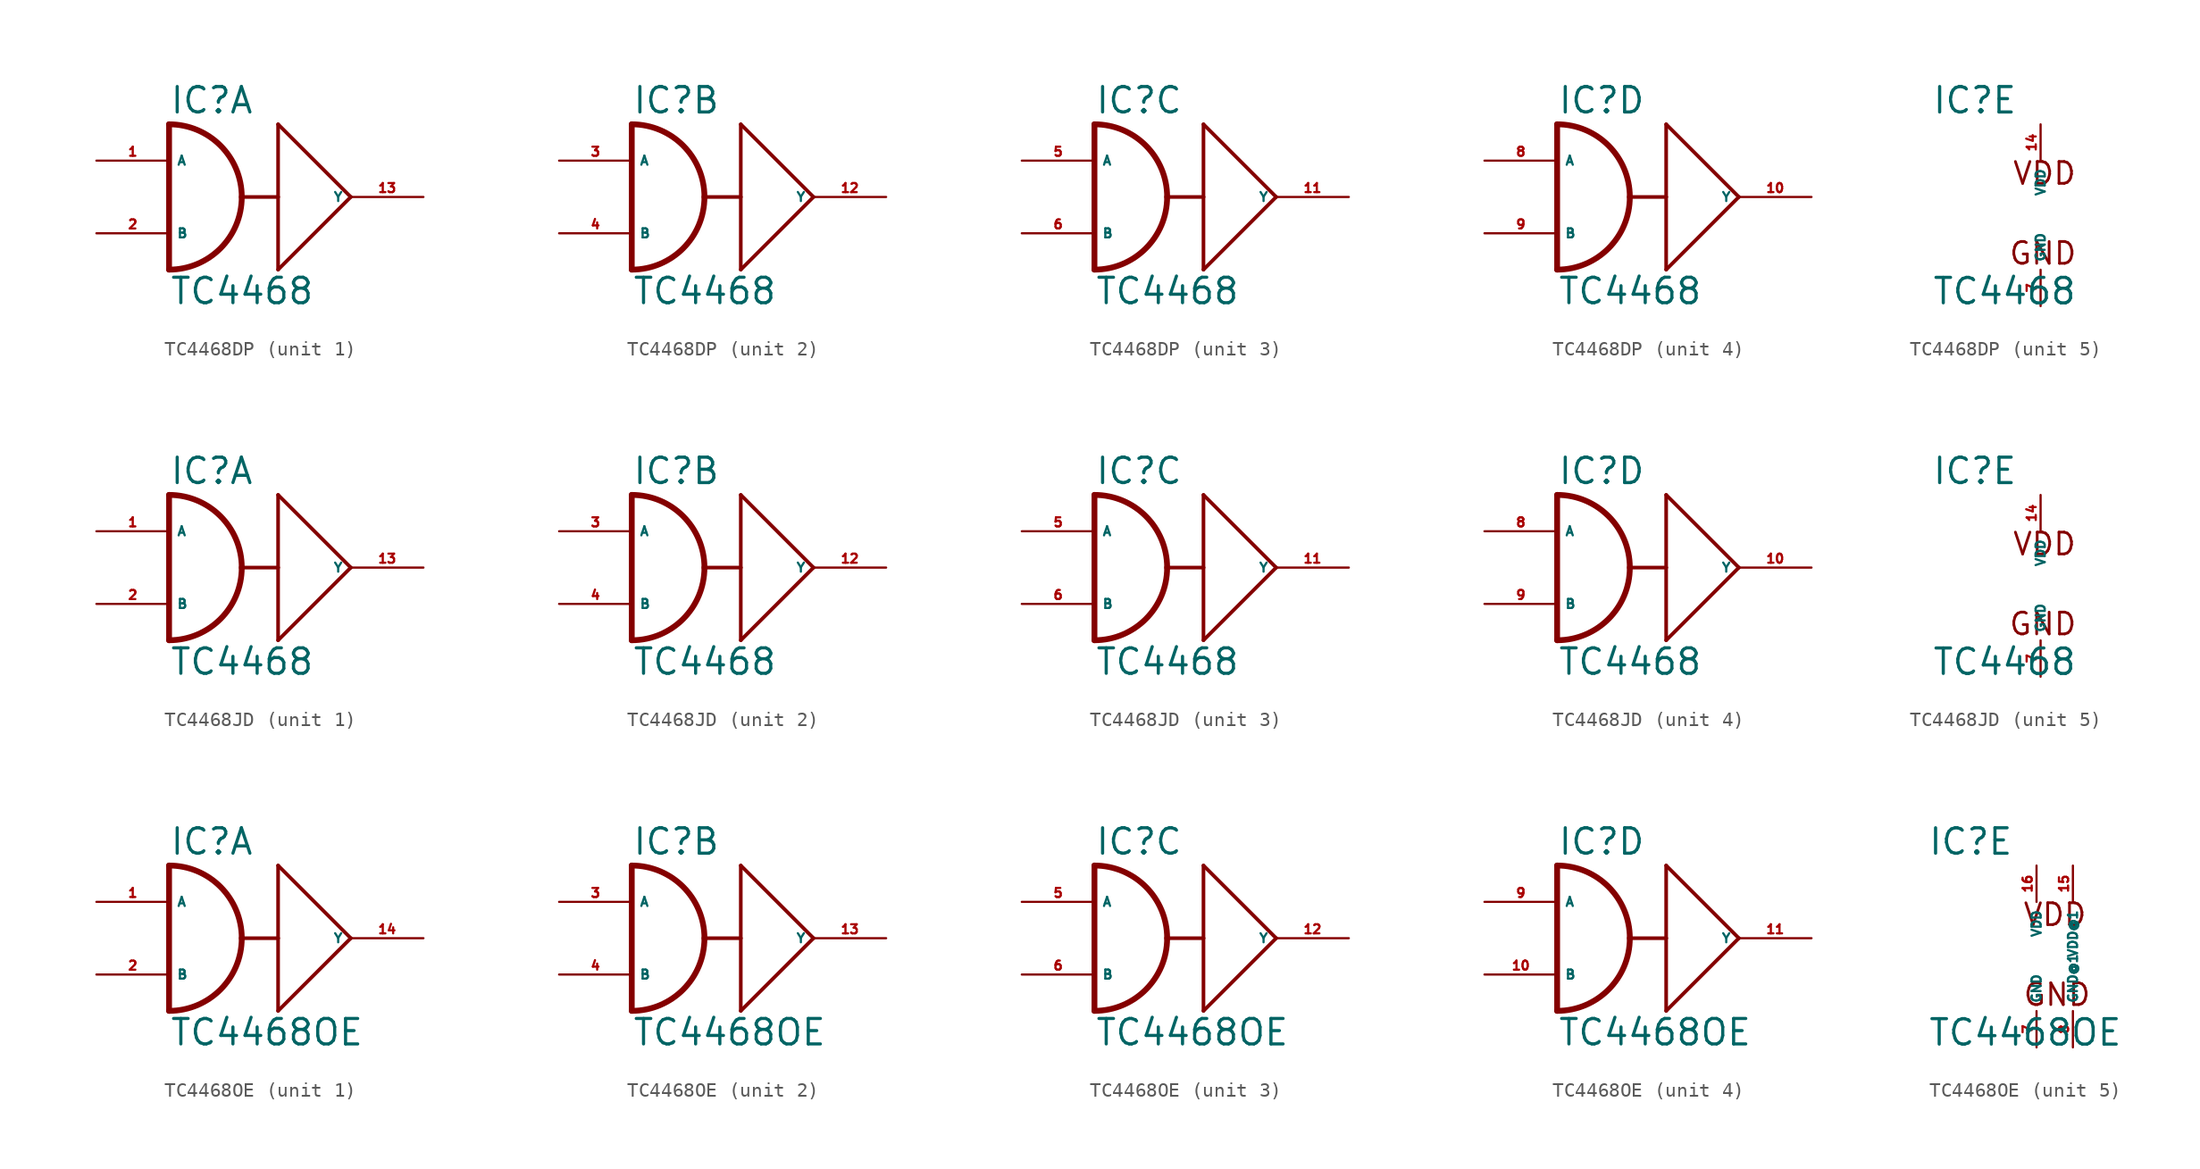
<source format=kicad_sym>
(kicad_symbol_lib
  (version 20220914)
  (generator Eagle2Kicad)
  (symbol "TC4468DP"
    (property "Reference" "IC"
      (at -7.62 5.715 0)
      (effects (font (size 1.778 1.778) (thickness 0.22)) (justify left bottom)))
    (property "Value" "TC4468"
      (at -7.62 -7.62 0)
      (effects (font (size 1.778 1.778) (thickness 0.22)) (justify left bottom)))
    (symbol "TC4468DP_1_0"
      (arc (start -2.54 0) (mid -4.028 3.592) (end -7.62 5.08) (stroke (width 0.4064) (type default)) (fill (type none)))
      (arc (start -7.62 -5.08) (mid -4.028 -3.592) (end -2.54 0) (stroke (width 0.4064) (type default)) (fill (type none)))
      (polyline (pts (xy -7.62 5.08) (xy -7.62 -5.08)) (stroke (width 0.406) (type default)) (fill (type none)))
      (polyline (pts (xy 5.08 0) (xy 0 5.08)) (stroke (width 0.254) (type default)) (fill (type none)))
      (polyline (pts (xy 0 5.08) (xy 0 0)) (stroke (width 0.254) (type default)) (fill (type none)))
      (polyline (pts (xy 0 0) (xy 0 -5.08)) (stroke (width 0.254) (type default)) (fill (type none)))
      (polyline (pts (xy 0 -5.08) (xy 5.08 0)) (stroke (width 0.254) (type default)) (fill (type none)))
      (polyline (pts (xy -2.54 0) (xy 0 0)) (stroke (width 0.254) (type default)) (fill (type none)))
      (pin input line (at -12.7 2.54 0) (length 5.08) (name "A" (effects (font (size 0.635 0.635) (thickness 0.08)) (justify left bottom))) (number "1" (effects (font (size 0.635 0.635) (thickness 0.08)) (justify left bottom))))
      (pin input line (at -12.7 -2.54 0) (length 5.08) (name "B" (effects (font (size 0.635 0.635) (thickness 0.08)) (justify left bottom))) (number "2" (effects (font (size 0.635 0.635) (thickness 0.08)) (justify left bottom))))
      (pin output line (at 10.16 0 180) (length 5.08) (name "Y" (effects (font (size 0.635 0.635) (thickness 0.08)) (justify left bottom))) (number "13" (effects (font (size 0.635 0.635) (thickness 0.08)) (justify left bottom)))))
    (symbol "TC4468DP_2_0"
      (arc (start -2.54 0) (mid -4.028 3.592) (end -7.62 5.08) (stroke (width 0.4064) (type default)) (fill (type none)))
      (arc (start -7.62 -5.08) (mid -4.028 -3.592) (end -2.54 0) (stroke (width 0.4064) (type default)) (fill (type none)))
      (polyline (pts (xy -7.62 5.08) (xy -7.62 -5.08)) (stroke (width 0.406) (type default)) (fill (type none)))
      (polyline (pts (xy 5.08 0) (xy 0 5.08)) (stroke (width 0.254) (type default)) (fill (type none)))
      (polyline (pts (xy 0 5.08) (xy 0 0)) (stroke (width 0.254) (type default)) (fill (type none)))
      (polyline (pts (xy 0 0) (xy 0 -5.08)) (stroke (width 0.254) (type default)) (fill (type none)))
      (polyline (pts (xy 0 -5.08) (xy 5.08 0)) (stroke (width 0.254) (type default)) (fill (type none)))
      (polyline (pts (xy -2.54 0) (xy 0 0)) (stroke (width 0.254) (type default)) (fill (type none)))
      (pin input line (at -12.7 2.54 0) (length 5.08) (name "A" (effects (font (size 0.635 0.635) (thickness 0.08)) (justify left bottom))) (number "3" (effects (font (size 0.635 0.635) (thickness 0.08)) (justify left bottom))))
      (pin input line (at -12.7 -2.54 0) (length 5.08) (name "B" (effects (font (size 0.635 0.635) (thickness 0.08)) (justify left bottom))) (number "4" (effects (font (size 0.635 0.635) (thickness 0.08)) (justify left bottom))))
      (pin output line (at 10.16 0 180) (length 5.08) (name "Y" (effects (font (size 0.635 0.635) (thickness 0.08)) (justify left bottom))) (number "12" (effects (font (size 0.635 0.635) (thickness 0.08)) (justify left bottom)))))
    (symbol "TC4468DP_3_0"
      (arc (start -2.54 0) (mid -4.028 3.592) (end -7.62 5.08) (stroke (width 0.4064) (type default)) (fill (type none)))
      (arc (start -7.62 -5.08) (mid -4.028 -3.592) (end -2.54 0) (stroke (width 0.4064) (type default)) (fill (type none)))
      (polyline (pts (xy -7.62 5.08) (xy -7.62 -5.08)) (stroke (width 0.406) (type default)) (fill (type none)))
      (polyline (pts (xy 5.08 0) (xy 0 5.08)) (stroke (width 0.254) (type default)) (fill (type none)))
      (polyline (pts (xy 0 5.08) (xy 0 0)) (stroke (width 0.254) (type default)) (fill (type none)))
      (polyline (pts (xy 0 0) (xy 0 -5.08)) (stroke (width 0.254) (type default)) (fill (type none)))
      (polyline (pts (xy 0 -5.08) (xy 5.08 0)) (stroke (width 0.254) (type default)) (fill (type none)))
      (polyline (pts (xy -2.54 0) (xy 0 0)) (stroke (width 0.254) (type default)) (fill (type none)))
      (pin input line (at -12.7 2.54 0) (length 5.08) (name "A" (effects (font (size 0.635 0.635) (thickness 0.08)) (justify left bottom))) (number "5" (effects (font (size 0.635 0.635) (thickness 0.08)) (justify left bottom))))
      (pin input line (at -12.7 -2.54 0) (length 5.08) (name "B" (effects (font (size 0.635 0.635) (thickness 0.08)) (justify left bottom))) (number "6" (effects (font (size 0.635 0.635) (thickness 0.08)) (justify left bottom))))
      (pin output line (at 10.16 0 180) (length 5.08) (name "Y" (effects (font (size 0.635 0.635) (thickness 0.08)) (justify left bottom))) (number "11" (effects (font (size 0.635 0.635) (thickness 0.08)) (justify left bottom)))))
    (symbol "TC4468DP_4_0"
      (arc (start -2.54 0) (mid -4.028 3.592) (end -7.62 5.08) (stroke (width 0.4064) (type default)) (fill (type none)))
      (arc (start -7.62 -5.08) (mid -4.028 -3.592) (end -2.54 0) (stroke (width 0.4064) (type default)) (fill (type none)))
      (polyline (pts (xy -7.62 5.08) (xy -7.62 -5.08)) (stroke (width 0.406) (type default)) (fill (type none)))
      (polyline (pts (xy 5.08 0) (xy 0 5.08)) (stroke (width 0.254) (type default)) (fill (type none)))
      (polyline (pts (xy 0 5.08) (xy 0 0)) (stroke (width 0.254) (type default)) (fill (type none)))
      (polyline (pts (xy 0 0) (xy 0 -5.08)) (stroke (width 0.254) (type default)) (fill (type none)))
      (polyline (pts (xy 0 -5.08) (xy 5.08 0)) (stroke (width 0.254) (type default)) (fill (type none)))
      (polyline (pts (xy -2.54 0) (xy 0 0)) (stroke (width 0.254) (type default)) (fill (type none)))
      (pin input line (at -12.7 2.54 0) (length 5.08) (name "A" (effects (font (size 0.635 0.635) (thickness 0.08)) (justify left bottom))) (number "8" (effects (font (size 0.635 0.635) (thickness 0.08)) (justify left bottom))))
      (pin input line (at -12.7 -2.54 0) (length 5.08) (name "B" (effects (font (size 0.635 0.635) (thickness 0.08)) (justify left bottom))) (number "9" (effects (font (size 0.635 0.635) (thickness 0.08)) (justify left bottom))))
      (pin output line (at 10.16 0 180) (length 5.08) (name "Y" (effects (font (size 0.635 0.635) (thickness 0.08)) (justify left bottom))) (number "10" (effects (font (size 0.635 0.635) (thickness 0.08)) (justify left bottom)))))
    (symbol "TC4468DP_5_0"
      (text "VDD" (at -2.032 0.762 0) (effects (font (size 1.524 1.524) (thickness 0.19)) (justify left bottom)))
      (text "GND" (at -2.286 -4.826 0) (effects (font (size 1.524 1.524) (thickness 0.19)) (justify left bottom)))
      (pin unspecified line (at 0 5.08 270) (length 2.54) (name "VDD" (effects (font (size 0.635 0.635) (thickness 0.08)) (justify left bottom))) (number "14" (effects (font (size 0.635 0.635) (thickness 0.08)) (justify left bottom))))
      (pin unspecified line (at 0 -7.62 90) (length 2.54) (name "GND" (effects (font (size 0.635 0.635) (thickness 0.08)) (justify left bottom))) (number "7" (effects (font (size 0.635 0.635) (thickness 0.08)) (justify left bottom))))))
  (symbol "TC4468JD"
    (property "Reference" "IC"
      (at -7.62 5.715 0)
      (effects (font (size 1.778 1.778) (thickness 0.22)) (justify left bottom)))
    (property "Value" "TC4468"
      (at -7.62 -7.62 0)
      (effects (font (size 1.778 1.778) (thickness 0.22)) (justify left bottom)))
    (symbol "TC4468JD_1_0"
      (arc (start -2.54 0) (mid -4.028 3.592) (end -7.62 5.08) (stroke (width 0.4064) (type default)) (fill (type none)))
      (arc (start -7.62 -5.08) (mid -4.028 -3.592) (end -2.54 0) (stroke (width 0.4064) (type default)) (fill (type none)))
      (polyline (pts (xy -7.62 5.08) (xy -7.62 -5.08)) (stroke (width 0.406) (type default)) (fill (type none)))
      (polyline (pts (xy 5.08 0) (xy 0 5.08)) (stroke (width 0.254) (type default)) (fill (type none)))
      (polyline (pts (xy 0 5.08) (xy 0 0)) (stroke (width 0.254) (type default)) (fill (type none)))
      (polyline (pts (xy 0 0) (xy 0 -5.08)) (stroke (width 0.254) (type default)) (fill (type none)))
      (polyline (pts (xy 0 -5.08) (xy 5.08 0)) (stroke (width 0.254) (type default)) (fill (type none)))
      (polyline (pts (xy -2.54 0) (xy 0 0)) (stroke (width 0.254) (type default)) (fill (type none)))
      (pin input line (at -12.7 2.54 0) (length 5.08) (name "A" (effects (font (size 0.635 0.635) (thickness 0.08)) (justify left bottom))) (number "1" (effects (font (size 0.635 0.635) (thickness 0.08)) (justify left bottom))))
      (pin input line (at -12.7 -2.54 0) (length 5.08) (name "B" (effects (font (size 0.635 0.635) (thickness 0.08)) (justify left bottom))) (number "2" (effects (font (size 0.635 0.635) (thickness 0.08)) (justify left bottom))))
      (pin output line (at 10.16 0 180) (length 5.08) (name "Y" (effects (font (size 0.635 0.635) (thickness 0.08)) (justify left bottom))) (number "13" (effects (font (size 0.635 0.635) (thickness 0.08)) (justify left bottom)))))
    (symbol "TC4468JD_2_0"
      (arc (start -2.54 0) (mid -4.028 3.592) (end -7.62 5.08) (stroke (width 0.4064) (type default)) (fill (type none)))
      (arc (start -7.62 -5.08) (mid -4.028 -3.592) (end -2.54 0) (stroke (width 0.4064) (type default)) (fill (type none)))
      (polyline (pts (xy -7.62 5.08) (xy -7.62 -5.08)) (stroke (width 0.406) (type default)) (fill (type none)))
      (polyline (pts (xy 5.08 0) (xy 0 5.08)) (stroke (width 0.254) (type default)) (fill (type none)))
      (polyline (pts (xy 0 5.08) (xy 0 0)) (stroke (width 0.254) (type default)) (fill (type none)))
      (polyline (pts (xy 0 0) (xy 0 -5.08)) (stroke (width 0.254) (type default)) (fill (type none)))
      (polyline (pts (xy 0 -5.08) (xy 5.08 0)) (stroke (width 0.254) (type default)) (fill (type none)))
      (polyline (pts (xy -2.54 0) (xy 0 0)) (stroke (width 0.254) (type default)) (fill (type none)))
      (pin input line (at -12.7 2.54 0) (length 5.08) (name "A" (effects (font (size 0.635 0.635) (thickness 0.08)) (justify left bottom))) (number "3" (effects (font (size 0.635 0.635) (thickness 0.08)) (justify left bottom))))
      (pin input line (at -12.7 -2.54 0) (length 5.08) (name "B" (effects (font (size 0.635 0.635) (thickness 0.08)) (justify left bottom))) (number "4" (effects (font (size 0.635 0.635) (thickness 0.08)) (justify left bottom))))
      (pin output line (at 10.16 0 180) (length 5.08) (name "Y" (effects (font (size 0.635 0.635) (thickness 0.08)) (justify left bottom))) (number "12" (effects (font (size 0.635 0.635) (thickness 0.08)) (justify left bottom)))))
    (symbol "TC4468JD_3_0"
      (arc (start -2.54 0) (mid -4.028 3.592) (end -7.62 5.08) (stroke (width 0.4064) (type default)) (fill (type none)))
      (arc (start -7.62 -5.08) (mid -4.028 -3.592) (end -2.54 0) (stroke (width 0.4064) (type default)) (fill (type none)))
      (polyline (pts (xy -7.62 5.08) (xy -7.62 -5.08)) (stroke (width 0.406) (type default)) (fill (type none)))
      (polyline (pts (xy 5.08 0) (xy 0 5.08)) (stroke (width 0.254) (type default)) (fill (type none)))
      (polyline (pts (xy 0 5.08) (xy 0 0)) (stroke (width 0.254) (type default)) (fill (type none)))
      (polyline (pts (xy 0 0) (xy 0 -5.08)) (stroke (width 0.254) (type default)) (fill (type none)))
      (polyline (pts (xy 0 -5.08) (xy 5.08 0)) (stroke (width 0.254) (type default)) (fill (type none)))
      (polyline (pts (xy -2.54 0) (xy 0 0)) (stroke (width 0.254) (type default)) (fill (type none)))
      (pin input line (at -12.7 2.54 0) (length 5.08) (name "A" (effects (font (size 0.635 0.635) (thickness 0.08)) (justify left bottom))) (number "5" (effects (font (size 0.635 0.635) (thickness 0.08)) (justify left bottom))))
      (pin input line (at -12.7 -2.54 0) (length 5.08) (name "B" (effects (font (size 0.635 0.635) (thickness 0.08)) (justify left bottom))) (number "6" (effects (font (size 0.635 0.635) (thickness 0.08)) (justify left bottom))))
      (pin output line (at 10.16 0 180) (length 5.08) (name "Y" (effects (font (size 0.635 0.635) (thickness 0.08)) (justify left bottom))) (number "11" (effects (font (size 0.635 0.635) (thickness 0.08)) (justify left bottom)))))
    (symbol "TC4468JD_4_0"
      (arc (start -2.54 0) (mid -4.028 3.592) (end -7.62 5.08) (stroke (width 0.4064) (type default)) (fill (type none)))
      (arc (start -7.62 -5.08) (mid -4.028 -3.592) (end -2.54 0) (stroke (width 0.4064) (type default)) (fill (type none)))
      (polyline (pts (xy -7.62 5.08) (xy -7.62 -5.08)) (stroke (width 0.406) (type default)) (fill (type none)))
      (polyline (pts (xy 5.08 0) (xy 0 5.08)) (stroke (width 0.254) (type default)) (fill (type none)))
      (polyline (pts (xy 0 5.08) (xy 0 0)) (stroke (width 0.254) (type default)) (fill (type none)))
      (polyline (pts (xy 0 0) (xy 0 -5.08)) (stroke (width 0.254) (type default)) (fill (type none)))
      (polyline (pts (xy 0 -5.08) (xy 5.08 0)) (stroke (width 0.254) (type default)) (fill (type none)))
      (polyline (pts (xy -2.54 0) (xy 0 0)) (stroke (width 0.254) (type default)) (fill (type none)))
      (pin input line (at -12.7 2.54 0) (length 5.08) (name "A" (effects (font (size 0.635 0.635) (thickness 0.08)) (justify left bottom))) (number "8" (effects (font (size 0.635 0.635) (thickness 0.08)) (justify left bottom))))
      (pin input line (at -12.7 -2.54 0) (length 5.08) (name "B" (effects (font (size 0.635 0.635) (thickness 0.08)) (justify left bottom))) (number "9" (effects (font (size 0.635 0.635) (thickness 0.08)) (justify left bottom))))
      (pin output line (at 10.16 0 180) (length 5.08) (name "Y" (effects (font (size 0.635 0.635) (thickness 0.08)) (justify left bottom))) (number "10" (effects (font (size 0.635 0.635) (thickness 0.08)) (justify left bottom)))))
    (symbol "TC4468JD_5_0"
      (text "VDD" (at -2.032 0.762 0) (effects (font (size 1.524 1.524) (thickness 0.19)) (justify left bottom)))
      (text "GND" (at -2.286 -4.826 0) (effects (font (size 1.524 1.524) (thickness 0.19)) (justify left bottom)))
      (pin unspecified line (at 0 5.08 270) (length 2.54) (name "VDD" (effects (font (size 0.635 0.635) (thickness 0.08)) (justify left bottom))) (number "14" (effects (font (size 0.635 0.635) (thickness 0.08)) (justify left bottom))))
      (pin unspecified line (at 0 -7.62 90) (length 2.54) (name "GND" (effects (font (size 0.635 0.635) (thickness 0.08)) (justify left bottom))) (number "7" (effects (font (size 0.635 0.635) (thickness 0.08)) (justify left bottom))))))
  (symbol "TC4468OE"
    (property "Reference" "IC"
      (at -7.62 5.715 0)
      (effects (font (size 1.778 1.778) (thickness 0.22)) (justify left bottom)))
    (property "Value" "TC4468OE"
      (at -7.62 -7.62 0)
      (effects (font (size 1.778 1.778) (thickness 0.22)) (justify left bottom)))
    (symbol "TC4468OE_1_0"
      (arc (start -2.54 0) (mid -4.028 3.592) (end -7.62 5.08) (stroke (width 0.4064) (type default)) (fill (type none)))
      (arc (start -7.62 -5.08) (mid -4.028 -3.592) (end -2.54 0) (stroke (width 0.4064) (type default)) (fill (type none)))
      (polyline (pts (xy -7.62 5.08) (xy -7.62 -5.08)) (stroke (width 0.406) (type default)) (fill (type none)))
      (polyline (pts (xy 5.08 0) (xy 0 5.08)) (stroke (width 0.254) (type default)) (fill (type none)))
      (polyline (pts (xy 0 5.08) (xy 0 0)) (stroke (width 0.254) (type default)) (fill (type none)))
      (polyline (pts (xy 0 0) (xy 0 -5.08)) (stroke (width 0.254) (type default)) (fill (type none)))
      (polyline (pts (xy 0 -5.08) (xy 5.08 0)) (stroke (width 0.254) (type default)) (fill (type none)))
      (polyline (pts (xy -2.54 0) (xy 0 0)) (stroke (width 0.254) (type default)) (fill (type none)))
      (pin input line (at -12.7 2.54 0) (length 5.08) (name "A" (effects (font (size 0.635 0.635) (thickness 0.08)) (justify left bottom))) (number "1" (effects (font (size 0.635 0.635) (thickness 0.08)) (justify left bottom))))
      (pin input line (at -12.7 -2.54 0) (length 5.08) (name "B" (effects (font (size 0.635 0.635) (thickness 0.08)) (justify left bottom))) (number "2" (effects (font (size 0.635 0.635) (thickness 0.08)) (justify left bottom))))
      (pin output line (at 10.16 0 180) (length 5.08) (name "Y" (effects (font (size 0.635 0.635) (thickness 0.08)) (justify left bottom))) (number "14" (effects (font (size 0.635 0.635) (thickness 0.08)) (justify left bottom)))))
    (symbol "TC4468OE_2_0"
      (arc (start -2.54 0) (mid -4.028 3.592) (end -7.62 5.08) (stroke (width 0.4064) (type default)) (fill (type none)))
      (arc (start -7.62 -5.08) (mid -4.028 -3.592) (end -2.54 0) (stroke (width 0.4064) (type default)) (fill (type none)))
      (polyline (pts (xy -7.62 5.08) (xy -7.62 -5.08)) (stroke (width 0.406) (type default)) (fill (type none)))
      (polyline (pts (xy 5.08 0) (xy 0 5.08)) (stroke (width 0.254) (type default)) (fill (type none)))
      (polyline (pts (xy 0 5.08) (xy 0 0)) (stroke (width 0.254) (type default)) (fill (type none)))
      (polyline (pts (xy 0 0) (xy 0 -5.08)) (stroke (width 0.254) (type default)) (fill (type none)))
      (polyline (pts (xy 0 -5.08) (xy 5.08 0)) (stroke (width 0.254) (type default)) (fill (type none)))
      (polyline (pts (xy -2.54 0) (xy 0 0)) (stroke (width 0.254) (type default)) (fill (type none)))
      (pin input line (at -12.7 2.54 0) (length 5.08) (name "A" (effects (font (size 0.635 0.635) (thickness 0.08)) (justify left bottom))) (number "3" (effects (font (size 0.635 0.635) (thickness 0.08)) (justify left bottom))))
      (pin input line (at -12.7 -2.54 0) (length 5.08) (name "B" (effects (font (size 0.635 0.635) (thickness 0.08)) (justify left bottom))) (number "4" (effects (font (size 0.635 0.635) (thickness 0.08)) (justify left bottom))))
      (pin output line (at 10.16 0 180) (length 5.08) (name "Y" (effects (font (size 0.635 0.635) (thickness 0.08)) (justify left bottom))) (number "13" (effects (font (size 0.635 0.635) (thickness 0.08)) (justify left bottom)))))
    (symbol "TC4468OE_3_0"
      (arc (start -2.54 0) (mid -4.028 3.592) (end -7.62 5.08) (stroke (width 0.4064) (type default)) (fill (type none)))
      (arc (start -7.62 -5.08) (mid -4.028 -3.592) (end -2.54 0) (stroke (width 0.4064) (type default)) (fill (type none)))
      (polyline (pts (xy -7.62 5.08) (xy -7.62 -5.08)) (stroke (width 0.406) (type default)) (fill (type none)))
      (polyline (pts (xy 5.08 0) (xy 0 5.08)) (stroke (width 0.254) (type default)) (fill (type none)))
      (polyline (pts (xy 0 5.08) (xy 0 0)) (stroke (width 0.254) (type default)) (fill (type none)))
      (polyline (pts (xy 0 0) (xy 0 -5.08)) (stroke (width 0.254) (type default)) (fill (type none)))
      (polyline (pts (xy 0 -5.08) (xy 5.08 0)) (stroke (width 0.254) (type default)) (fill (type none)))
      (polyline (pts (xy -2.54 0) (xy 0 0)) (stroke (width 0.254) (type default)) (fill (type none)))
      (pin input line (at -12.7 2.54 0) (length 5.08) (name "A" (effects (font (size 0.635 0.635) (thickness 0.08)) (justify left bottom))) (number "5" (effects (font (size 0.635 0.635) (thickness 0.08)) (justify left bottom))))
      (pin input line (at -12.7 -2.54 0) (length 5.08) (name "B" (effects (font (size 0.635 0.635) (thickness 0.08)) (justify left bottom))) (number "6" (effects (font (size 0.635 0.635) (thickness 0.08)) (justify left bottom))))
      (pin output line (at 10.16 0 180) (length 5.08) (name "Y" (effects (font (size 0.635 0.635) (thickness 0.08)) (justify left bottom))) (number "12" (effects (font (size 0.635 0.635) (thickness 0.08)) (justify left bottom)))))
    (symbol "TC4468OE_4_0"
      (arc (start -2.54 0) (mid -4.028 3.592) (end -7.62 5.08) (stroke (width 0.4064) (type default)) (fill (type none)))
      (arc (start -7.62 -5.08) (mid -4.028 -3.592) (end -2.54 0) (stroke (width 0.4064) (type default)) (fill (type none)))
      (polyline (pts (xy -7.62 5.08) (xy -7.62 -5.08)) (stroke (width 0.406) (type default)) (fill (type none)))
      (polyline (pts (xy 5.08 0) (xy 0 5.08)) (stroke (width 0.254) (type default)) (fill (type none)))
      (polyline (pts (xy 0 5.08) (xy 0 0)) (stroke (width 0.254) (type default)) (fill (type none)))
      (polyline (pts (xy 0 0) (xy 0 -5.08)) (stroke (width 0.254) (type default)) (fill (type none)))
      (polyline (pts (xy 0 -5.08) (xy 5.08 0)) (stroke (width 0.254) (type default)) (fill (type none)))
      (polyline (pts (xy -2.54 0) (xy 0 0)) (stroke (width 0.254) (type default)) (fill (type none)))
      (pin input line (at -12.7 2.54 0) (length 5.08) (name "A" (effects (font (size 0.635 0.635) (thickness 0.08)) (justify left bottom))) (number "9" (effects (font (size 0.635 0.635) (thickness 0.08)) (justify left bottom))))
      (pin input line (at -12.7 -2.54 0) (length 5.08) (name "B" (effects (font (size 0.635 0.635) (thickness 0.08)) (justify left bottom))) (number "10" (effects (font (size 0.635 0.635) (thickness 0.08)) (justify left bottom))))
      (pin output line (at 10.16 0 180) (length 5.08) (name "Y" (effects (font (size 0.635 0.635) (thickness 0.08)) (justify left bottom))) (number "11" (effects (font (size 0.635 0.635) (thickness 0.08)) (justify left bottom)))))
    (symbol "TC4468OE_5_0"
      (text "VDD" (at -1.016 0.762 0) (effects (font (size 1.524 1.524) (thickness 0.19)) (justify left bottom)))
      (text "GND" (at -1.016 -4.826 0) (effects (font (size 1.524 1.524) (thickness 0.19)) (justify left bottom)))
      (pin unspecified line (at 0 5.08 270) (length 2.54) (name "VDD" (effects (font (size 0.635 0.635) (thickness 0.08)) (justify left bottom))) (number "16" (effects (font (size 0.635 0.635) (thickness 0.08)) (justify left bottom))))
      (pin unspecified line (at 0 -7.62 90) (length 2.54) (name "GND" (effects (font (size 0.635 0.635) (thickness 0.08)) (justify left bottom))) (number "7" (effects (font (size 0.635 0.635) (thickness 0.08)) (justify left bottom))))
      (pin unspecified line (at 2.54 5.08 270) (length 2.54) (name "VDD@1" (effects (font (size 0.635 0.635) (thickness 0.08)) (justify left bottom))) (number "15" (effects (font (size 0.635 0.635) (thickness 0.08)) (justify left bottom))))
      (pin unspecified line (at 2.54 -7.62 90) (length 2.54) (name "GND@1" (effects (font (size 0.635 0.635) (thickness 0.08)) (justify left bottom))) (number "8" (effects (font (size 0.635 0.635) (thickness 0.08)) (justify left bottom)))))))
</source>
